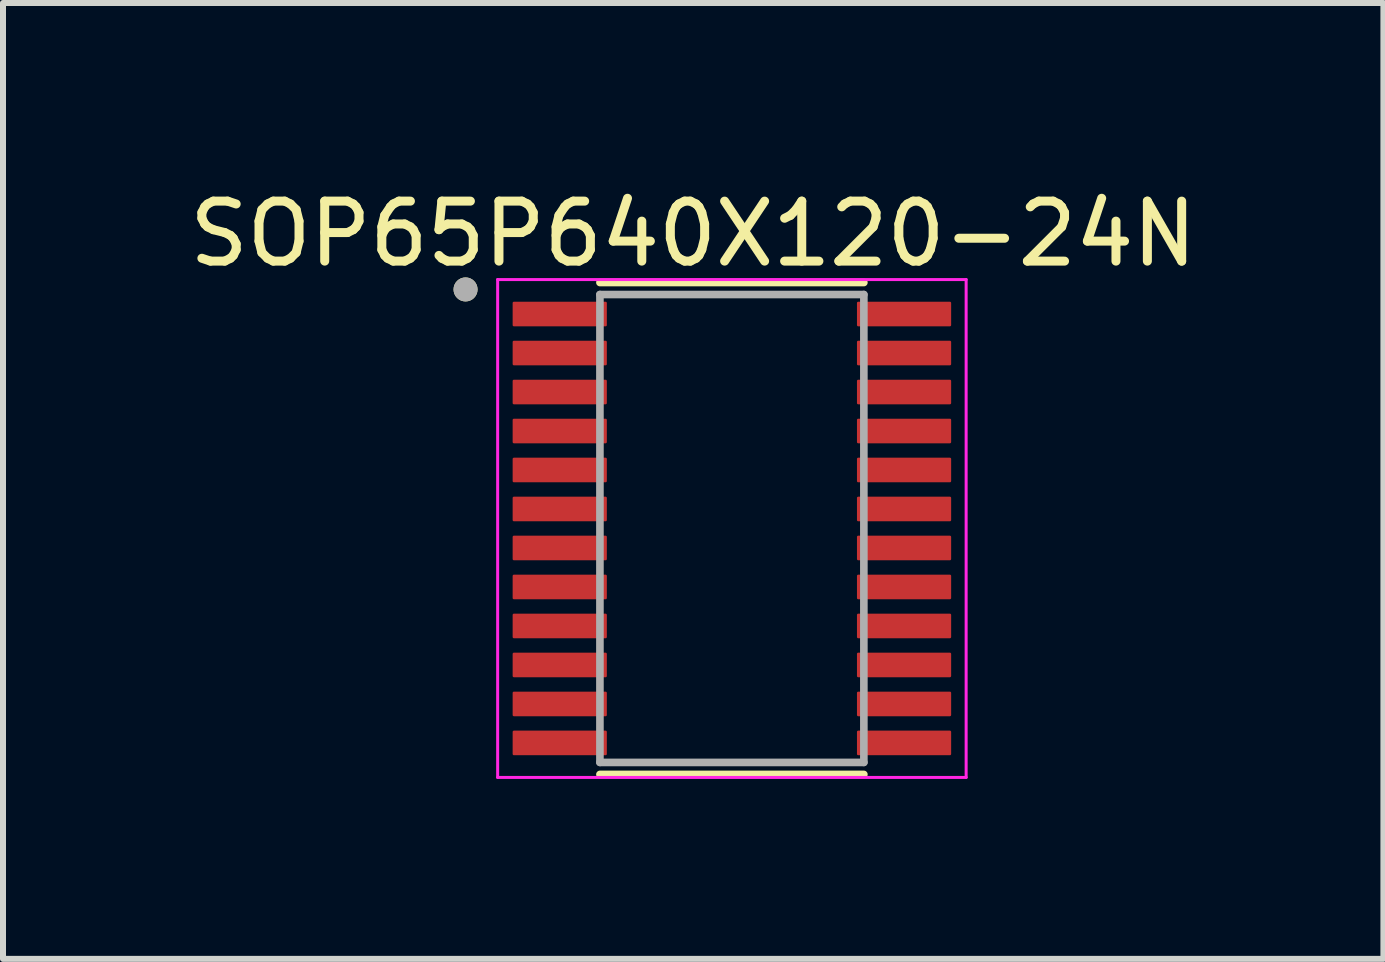
<source format=kicad_pcb>
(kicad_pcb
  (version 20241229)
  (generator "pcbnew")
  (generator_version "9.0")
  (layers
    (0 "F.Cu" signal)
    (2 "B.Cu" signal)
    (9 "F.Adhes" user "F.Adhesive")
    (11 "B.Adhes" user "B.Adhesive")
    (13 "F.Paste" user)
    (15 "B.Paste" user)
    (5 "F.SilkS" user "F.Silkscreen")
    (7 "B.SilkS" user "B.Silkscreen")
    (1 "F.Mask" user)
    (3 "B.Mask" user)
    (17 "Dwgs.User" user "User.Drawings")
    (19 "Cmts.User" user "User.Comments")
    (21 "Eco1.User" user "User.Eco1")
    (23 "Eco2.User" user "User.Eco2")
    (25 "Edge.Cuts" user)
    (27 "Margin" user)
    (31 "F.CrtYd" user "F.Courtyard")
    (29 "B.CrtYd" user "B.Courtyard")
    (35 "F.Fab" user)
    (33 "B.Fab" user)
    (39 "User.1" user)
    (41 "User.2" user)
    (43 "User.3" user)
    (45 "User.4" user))
  (footprint "SOP65P640X120-24N"
    (layer "F.Cu")
    (at 9.151 5.76)
    (property "Reference" "SOP65P640X120-24N" (at -0.645 -4.912 0) (layer "F.SilkS") (effects (font (size 1 1) (thickness 0.15))))
    (attr through_hole)
    (fp_line (start -2.2 -4.1) (end 2.2 -4.1) (stroke (width 0.127) (type solid)) (layer "F.SilkS"))
    (fp_line (start -2.2 4.1) (end 2.2 4.1) (stroke (width 0.127) (type solid)) (layer "F.SilkS"))
    (fp_circle (center -4.44 -3.985) (end -4.34 -3.985) (stroke (width 0.2) (type solid)) (fill no) (layer "F.SilkS"))
    (fp_line (start -3.905 -4.15) (end -3.905 4.15) (stroke (width 0.05) (type solid)) (layer "F.CrtYd"))
    (fp_line (start -3.905 -4.15) (end 3.905 -4.15) (stroke (width 0.05) (type solid)) (layer "F.CrtYd"))
    (fp_line (start -3.905 4.15) (end 3.905 4.15) (stroke (width 0.05) (type solid)) (layer "F.CrtYd"))
    (fp_line (start 3.905 -4.15) (end 3.905 4.15) (stroke (width 0.05) (type solid)) (layer "F.CrtYd"))
    (fp_line (start -2.2 -3.9) (end -2.2 3.9) (stroke (width 0.127) (type solid)) (layer "F.Fab"))
    (fp_line (start -2.2 -3.9) (end 2.2 -3.9) (stroke (width 0.127) (type solid)) (layer "F.Fab"))
    (fp_line (start -2.2 3.9) (end 2.2 3.9) (stroke (width 0.127) (type solid)) (layer "F.Fab"))
    (fp_line (start 2.2 -3.9) (end 2.2 3.9) (stroke (width 0.127) (type solid)) (layer "F.Fab"))
    (fp_circle (center -4.44 -3.985) (end -4.34 -3.985) (stroke (width 0.2) (type solid)) (fill no) (layer "F.Fab"))
    (pad "1" smd roundrect (at -2.87 -3.575) (size 1.57 0.41) (layers "F.Cu" "F.Mask" "F.Paste") (roundrect_rratio 0.05))
    (pad "2" smd roundrect (at -2.87 -2.925) (size 1.57 0.41) (layers "F.Cu" "F.Mask" "F.Paste") (roundrect_rratio 0.05))
    (pad "3" smd roundrect (at -2.87 -2.275) (size 1.57 0.41) (layers "F.Cu" "F.Mask" "F.Paste") (roundrect_rratio 0.05))
    (pad "4" smd roundrect (at -2.87 -1.625) (size 1.57 0.41) (layers "F.Cu" "F.Mask" "F.Paste") (roundrect_rratio 0.05))
    (pad "5" smd roundrect (at -2.87 -0.975) (size 1.57 0.41) (layers "F.Cu" "F.Mask" "F.Paste") (roundrect_rratio 0.05))
    (pad "6" smd roundrect (at -2.87 -0.325) (size 1.57 0.41) (layers "F.Cu" "F.Mask" "F.Paste") (roundrect_rratio 0.05))
    (pad "7" smd roundrect (at -2.87 0.325) (size 1.57 0.41) (layers "F.Cu" "F.Mask" "F.Paste") (roundrect_rratio 0.05))
    (pad "8" smd roundrect (at -2.87 0.975) (size 1.57 0.41) (layers "F.Cu" "F.Mask" "F.Paste") (roundrect_rratio 0.05))
    (pad "9" smd roundrect (at -2.87 1.625) (size 1.57 0.41) (layers "F.Cu" "F.Mask" "F.Paste") (roundrect_rratio 0.05))
    (pad "10" smd roundrect (at -2.87 2.275) (size 1.57 0.41) (layers "F.Cu" "F.Mask" "F.Paste") (roundrect_rratio 0.05))
    (pad "11" smd roundrect (at -2.87 2.925) (size 1.57 0.41) (layers "F.Cu" "F.Mask" "F.Paste") (roundrect_rratio 0.05))
    (pad "12" smd roundrect (at -2.87 3.575) (size 1.57 0.41) (layers "F.Cu" "F.Mask" "F.Paste") (roundrect_rratio 0.05))
    (pad "13" smd roundrect (at 2.87 3.575) (size 1.57 0.41) (layers "F.Cu" "F.Mask" "F.Paste") (roundrect_rratio 0.05))
    (pad "14" smd roundrect (at 2.87 2.925) (size 1.57 0.41) (layers "F.Cu" "F.Mask" "F.Paste") (roundrect_rratio 0.05))
    (pad "15" smd roundrect (at 2.87 2.275) (size 1.57 0.41) (layers "F.Cu" "F.Mask" "F.Paste") (roundrect_rratio 0.05))
    (pad "16" smd roundrect (at 2.87 1.625) (size 1.57 0.41) (layers "F.Cu" "F.Mask" "F.Paste") (roundrect_rratio 0.05))
    (pad "17" smd roundrect (at 2.87 0.975) (size 1.57 0.41) (layers "F.Cu" "F.Mask" "F.Paste") (roundrect_rratio 0.05))
    (pad "18" smd roundrect (at 2.87 0.325) (size 1.57 0.41) (layers "F.Cu" "F.Mask" "F.Paste") (roundrect_rratio 0.05))
    (pad "19" smd roundrect (at 2.87 -0.325) (size 1.57 0.41) (layers "F.Cu" "F.Mask" "F.Paste") (roundrect_rratio 0.05))
    (pad "20" smd roundrect (at 2.87 -0.975) (size 1.57 0.41) (layers "F.Cu" "F.Mask" "F.Paste") (roundrect_rratio 0.05))
    (pad "21" smd roundrect (at 2.87 -1.625) (size 1.57 0.41) (layers "F.Cu" "F.Mask" "F.Paste") (roundrect_rratio 0.05))
    (pad "22" smd roundrect (at 2.87 -2.275) (size 1.57 0.41) (layers "F.Cu" "F.Mask" "F.Paste") (roundrect_rratio 0.05))
    (pad "23" smd roundrect (at 2.87 -2.925) (size 1.57 0.41) (layers "F.Cu" "F.Mask" "F.Paste") (roundrect_rratio 0.05))
    (pad "24" smd roundrect (at 2.87 -3.575) (size 1.57 0.41) (layers "F.Cu" "F.Mask" "F.Paste") (roundrect_rratio 0.05)))
  (gr_rect
    (start -3 -3)
    (end 20.012 12.935)
    (stroke (width 0.1) (type default))
    (fill no)
    (layer "Edge.Cuts")))
</source>
